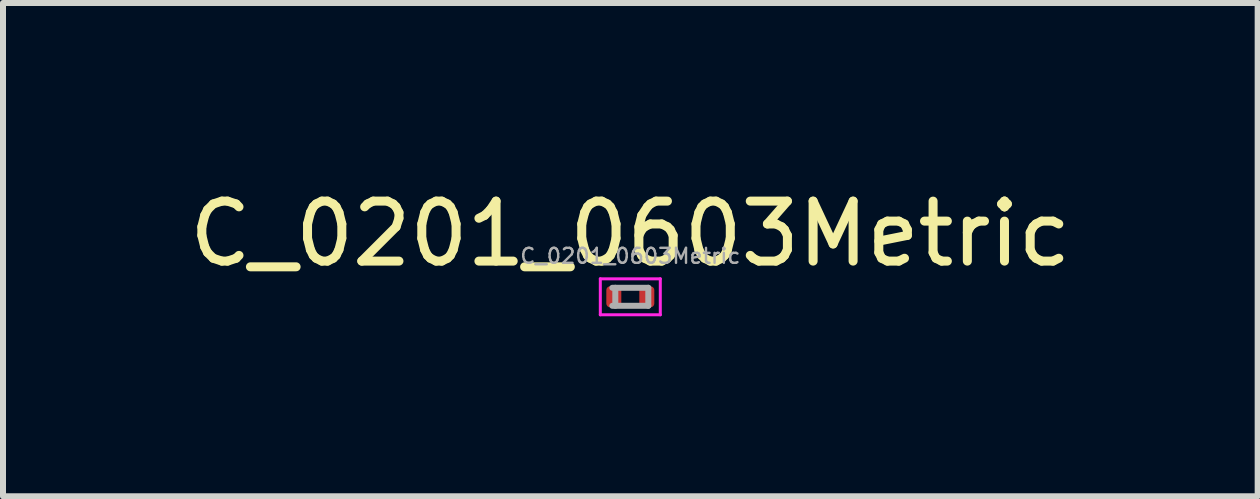
<source format=kicad_pcb>
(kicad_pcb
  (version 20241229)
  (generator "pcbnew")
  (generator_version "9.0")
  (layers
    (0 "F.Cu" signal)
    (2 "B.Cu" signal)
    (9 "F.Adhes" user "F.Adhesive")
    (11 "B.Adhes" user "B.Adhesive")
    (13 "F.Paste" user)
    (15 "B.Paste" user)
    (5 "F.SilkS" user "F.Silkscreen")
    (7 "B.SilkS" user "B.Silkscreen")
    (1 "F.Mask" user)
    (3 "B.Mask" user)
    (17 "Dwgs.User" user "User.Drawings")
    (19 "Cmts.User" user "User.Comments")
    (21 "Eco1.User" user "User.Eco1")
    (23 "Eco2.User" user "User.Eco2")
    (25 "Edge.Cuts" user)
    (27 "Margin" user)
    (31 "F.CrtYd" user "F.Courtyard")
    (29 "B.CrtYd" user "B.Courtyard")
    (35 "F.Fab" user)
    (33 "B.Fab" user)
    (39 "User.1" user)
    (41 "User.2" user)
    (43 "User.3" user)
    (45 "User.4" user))
  (footprint "C_0201_0603Metric"
    (layer "F.Cu")
    (at 7.458 1.898)
    (property "Reference" "C_0201_0603Metric" (at 0 -1.05 0) (layer "F.SilkS") (effects (font (size 1 1) (thickness 0.15))))
    (attr smd)
    (fp_line (start -0.5 -0.3) (end 0.5 -0.3) (stroke (width 0.05) (type solid)) (layer "F.CrtYd"))
    (fp_line (start -0.5 0.3) (end -0.5 -0.3) (stroke (width 0.05) (type solid)) (layer "F.CrtYd"))
    (fp_line (start 0.5 -0.3) (end 0.5 0.3) (stroke (width 0.05) (type solid)) (layer "F.CrtYd"))
    (fp_line (start 0.5 0.3) (end -0.5 0.3) (stroke (width 0.05) (type solid)) (layer "F.CrtYd"))
    (fp_line (start -0.3 -0.15) (end 0.3 -0.15) (stroke (width 0.1) (type solid)) (layer "F.Fab"))
    (fp_line (start -0.25 0.15) (end -0.25 -0.15) (stroke (width 0.1) (type solid)) (layer "F.Fab"))
    (fp_line (start 0.3 -0.15) (end 0.3 0.15) (stroke (width 0.1) (type solid)) (layer "F.Fab"))
    (fp_line (start 0.3 0.15) (end -0.3 0.15) (stroke (width 0.1) (type solid)) (layer "F.Fab"))
    (fp_text user "${REFERENCE}" (at 0 -0.68 0) (layer "F.Fab") (effects (font (size 0.25 0.25) (thickness 0.04))))
    (pad "" smd roundrect (at -0.275 0) (size 0.25 0.35) (layers "F.Paste") (roundrect_rratio 0.25))
    (pad "" smd roundrect (at 0.275 0) (size 0.25 0.35) (layers "F.Paste") (roundrect_rratio 0.25))
    (pad "1" smd roundrect (at -0.275 0) (size 0.25 0.35) (layers "F.Cu" "F.Mask") (roundrect_rratio 0.25))
    (pad "2" smd roundrect (at 0.275 0) (size 0.25 0.35) (layers "F.Cu" "F.Mask") (roundrect_rratio 0.25)))
  (gr_rect
    (start -3 -3)
    (end 17.917 5.223)
    (stroke (width 0.1) (type default))
    (fill no)
    (layer "Edge.Cuts")))
</source>
